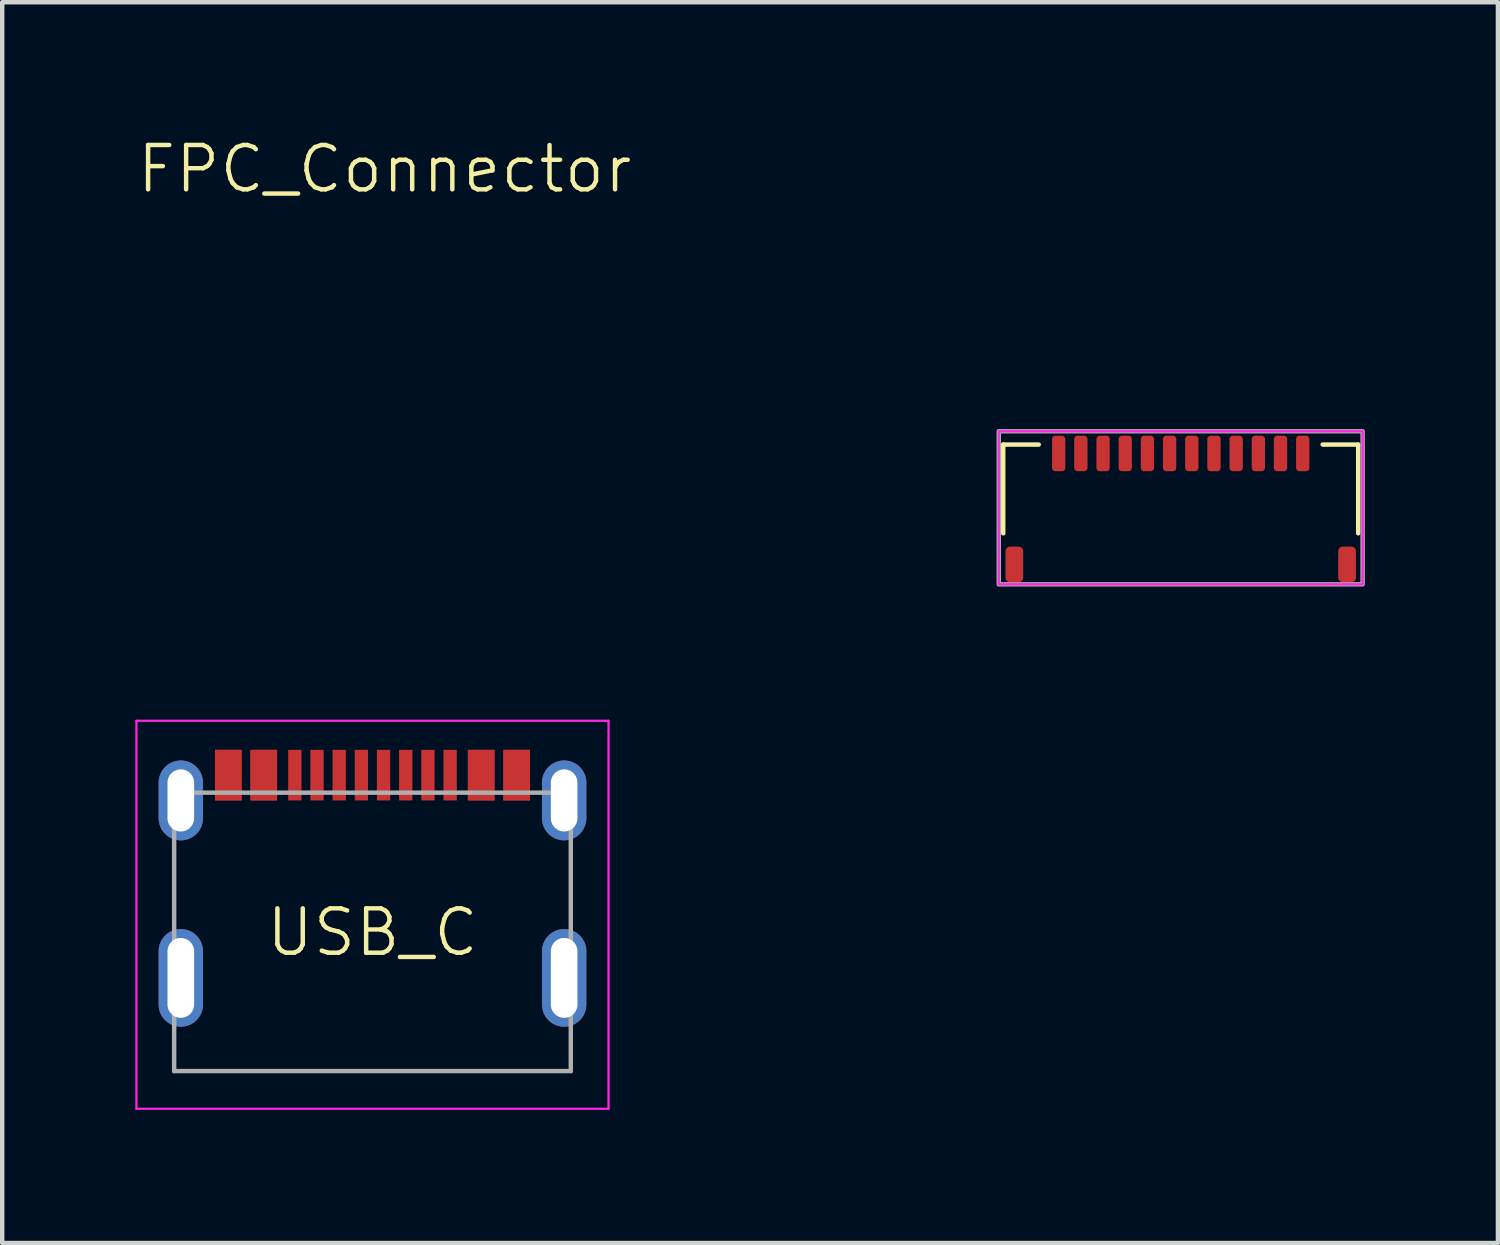
<source format=kicad_pcb>
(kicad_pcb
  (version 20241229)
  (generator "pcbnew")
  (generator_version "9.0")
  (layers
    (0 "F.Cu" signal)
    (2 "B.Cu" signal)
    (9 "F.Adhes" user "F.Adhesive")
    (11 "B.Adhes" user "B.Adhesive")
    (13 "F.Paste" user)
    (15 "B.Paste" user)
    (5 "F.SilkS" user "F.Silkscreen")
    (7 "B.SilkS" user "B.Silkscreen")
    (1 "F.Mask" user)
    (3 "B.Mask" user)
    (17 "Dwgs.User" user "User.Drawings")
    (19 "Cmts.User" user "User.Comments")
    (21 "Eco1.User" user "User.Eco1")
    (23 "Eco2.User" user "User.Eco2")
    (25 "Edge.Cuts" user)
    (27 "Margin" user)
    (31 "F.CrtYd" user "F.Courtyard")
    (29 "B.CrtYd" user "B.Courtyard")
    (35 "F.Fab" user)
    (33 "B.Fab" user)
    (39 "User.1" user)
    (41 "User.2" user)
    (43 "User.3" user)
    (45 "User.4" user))
  (footprint "FPC_Connector"
    (layer "F.Cu")
    (at 23.561 7.17)
    (property "Reference" "FPC_Connector" (at -17.94 -6.41 0) (unlocked yes) (layer "F.SilkS") (effects (font (size 1 1) (thickness 0.1))))
    (attr smd)
    (fp_line (start -4 -0.2) (end -3.2 -0.2) (stroke (width 0.1) (type default)) (layer "F.SilkS"))
    (fp_line (start -4 1.8) (end -4 -0.2) (stroke (width 0.1) (type default)) (layer "F.SilkS"))
    (fp_line (start 4 -0.2) (end 3.2 -0.2) (stroke (width 0.1) (type default)) (layer "F.SilkS"))
    (fp_line (start 4 1.8) (end 4 -0.2) (stroke (width 0.1) (type default)) (layer "F.SilkS"))
    (fp_rect (start -4.1 -0.5) (end 4.1 2.95) (stroke (width 0.05) (type default)) (fill no) (layer "F.CrtYd"))
    (fp_rect (start -4.1 -0.5) (end 4.1 2.95) (stroke (width 0.1) (type default)) (fill no) (layer "F.Fab"))
    (pad "" smd roundrect (at -3.75 2.5) (size 0.4 0.8) (layers "F.Cu" "F.Mask" "F.Paste") (roundrect_rratio 0.25))
    (pad "" smd roundrect (at 3.75 2.5) (size 0.4 0.8) (layers "F.Cu" "F.Mask" "F.Paste") (roundrect_rratio 0.25))
    (pad "1" smd roundrect (at -2.75 0) (size 0.3 0.8) (layers "F.Cu" "F.Mask" "F.Paste") (roundrect_rratio 0.25))
    (pad "2" smd roundrect (at -2.25 0) (size 0.3 0.8) (layers "F.Cu" "F.Mask" "F.Paste") (roundrect_rratio 0.25))
    (pad "3" smd roundrect (at -1.75 0) (size 0.3 0.8) (layers "F.Cu" "F.Mask" "F.Paste") (roundrect_rratio 0.25))
    (pad "4" smd roundrect (at -1.25 0) (size 0.3 0.8) (layers "F.Cu" "F.Mask" "F.Paste") (roundrect_rratio 0.25))
    (pad "5" smd roundrect (at -0.75 0) (size 0.3 0.8) (layers "F.Cu" "F.Mask" "F.Paste") (roundrect_rratio 0.25))
    (pad "6" smd roundrect (at -0.25 0) (size 0.3 0.8) (layers "F.Cu" "F.Mask" "F.Paste") (roundrect_rratio 0.25))
    (pad "7" smd roundrect (at 0.25 0) (size 0.3 0.8) (layers "F.Cu" "F.Mask" "F.Paste") (roundrect_rratio 0.25))
    (pad "8" smd roundrect (at 0.75 0) (size 0.3 0.8) (layers "F.Cu" "F.Mask" "F.Paste") (roundrect_rratio 0.25))
    (pad "9" smd roundrect (at 1.25 0) (size 0.3 0.8) (layers "F.Cu" "F.Mask" "F.Paste") (roundrect_rratio 0.25))
    (pad "10" smd roundrect (at 1.75 0) (size 0.3 0.8) (layers "F.Cu" "F.Mask" "F.Paste") (roundrect_rratio 0.25))
    (pad "11" smd roundrect (at 2.25 0) (size 0.3 0.8) (layers "F.Cu" "F.Mask" "F.Paste") (roundrect_rratio 0.25))
    (pad "12" smd roundrect (at 2.75 0) (size 0.3 0.8) (layers "F.Cu" "F.Mask" "F.Paste") (roundrect_rratio 0.25)))
  (footprint "USB_C"
    (layer "F.Cu")
    (at 5.345 18.465)
    (property "Reference" "USB_C" (at 0 -0.5 0) (unlocked yes) (layer "F.SilkS") (effects (font (size 1 1) (thickness 0.1))))
    (attr smd)
    (fp_line (start -5.32 -5.27) (end -5.32 3.475) (stroke (width 0.05) (type solid)) (layer "F.CrtYd"))
    (fp_line (start -5.32 -5.27) (end 5.32 -5.27) (stroke (width 0.05) (type solid)) (layer "F.CrtYd"))
    (fp_line (start -5.32 3.475) (end 5.32 3.475) (stroke (width 0.05) (type solid)) (layer "F.CrtYd"))
    (fp_line (start 5.32 -5.27) (end 5.32 3.475) (stroke (width 0.05) (type solid)) (layer "F.CrtYd"))
    (fp_line (start -4.47 -3.65) (end -4.47 2.625) (stroke (width 0.1) (type solid)) (layer "F.Fab"))
    (fp_line (start -4.47 -3.65) (end 4.47 -3.65) (stroke (width 0.1) (type solid)) (layer "F.Fab"))
    (fp_line (start -4.47 2.625) (end 4.47 2.625) (stroke (width 0.1) (type solid)) (layer "F.Fab"))
    (fp_line (start 4.47 -3.65) (end 4.47 2.625) (stroke (width 0.1) (type solid)) (layer "F.Fab"))
    (pad "A1" smd rect (at -3.25 -4.045) (size 0.6 1.14) (layers "F.Cu" "F.Mask" "F.Paste"))
    (pad "A4" smd rect (at -2.45 -4.045) (size 0.6 1.14) (layers "F.Cu" "F.Mask" "F.Paste"))
    (pad "A5" smd rect (at -1.25 -4.045) (size 0.3 1.14) (layers "F.Cu" "F.Mask" "F.Paste"))
    (pad "A6" smd rect (at -0.25 -4.045) (size 0.3 1.14) (layers "F.Cu" "F.Mask" "F.Paste"))
    (pad "A7" smd rect (at 0.25 -4.045) (size 0.3 1.14) (layers "F.Cu" "F.Mask" "F.Paste"))
    (pad "A8" smd rect (at 1.25 -4.045) (size 0.3 1.14) (layers "F.Cu" "F.Mask" "F.Paste"))
    (pad "A9" smd rect (at 2.45 -4.045) (size 0.6 1.14) (layers "F.Cu" "F.Mask" "F.Paste"))
    (pad "A12" smd rect (at 3.25 -4.045) (size 0.6 1.14) (layers "F.Cu" "F.Mask" "F.Paste"))
    (pad "B1" smd rect (at 3.25 -4.045) (size 0.6 1.14) (layers "F.Cu" "F.Mask" "F.Paste"))
    (pad "B4" smd rect (at 2.45 -4.045) (size 0.6 1.14) (layers "F.Cu" "F.Mask" "F.Paste"))
    (pad "B5" smd rect (at 1.75 -4.045) (size 0.3 1.14) (layers "F.Cu" "F.Mask" "F.Paste"))
    (pad "B6" smd rect (at 0.75 -4.045) (size 0.3 1.14) (layers "F.Cu" "F.Mask" "F.Paste"))
    (pad "B7" smd rect (at -0.75 -4.045) (size 0.3 1.14) (layers "F.Cu" "F.Mask" "F.Paste"))
    (pad "B8" smd rect (at -1.75 -4.045) (size 0.3 1.14) (layers "F.Cu" "F.Mask" "F.Paste"))
    (pad "B9" smd rect (at -2.45 -4.045) (size 0.6 1.14) (layers "F.Cu" "F.Mask" "F.Paste"))
    (pad "B12" smd rect (at -3.25 -4.045) (size 0.6 1.14) (layers "F.Cu" "F.Mask" "F.Paste"))
    (pad "S1" thru_hole oval (at -4.32 -3.475) (size 1 1.8) (drill oval 0.6 1.4) (layers "*.Cu" "*.Mask"))
    (pad "S1" thru_hole oval (at -4.32 0.525) (size 1 2.2) (drill oval 0.6 1.8) (layers "*.Cu" "*.Mask"))
    (pad "S1" thru_hole oval (at 4.32 -3.475) (size 1 1.8) (drill oval 0.6 1.4) (layers "*.Cu" "*.Mask"))
    (pad "S1" thru_hole oval (at 4.32 0.525) (size 1 2.2) (drill oval 0.6 1.8) (layers "*.Cu" "*.Mask")))
  (gr_rect
    (start -3 -3)
    (end 30.711 24.965)
    (stroke (width 0.1) (type default))
    (fill no)
    (layer "Edge.Cuts")))
</source>
